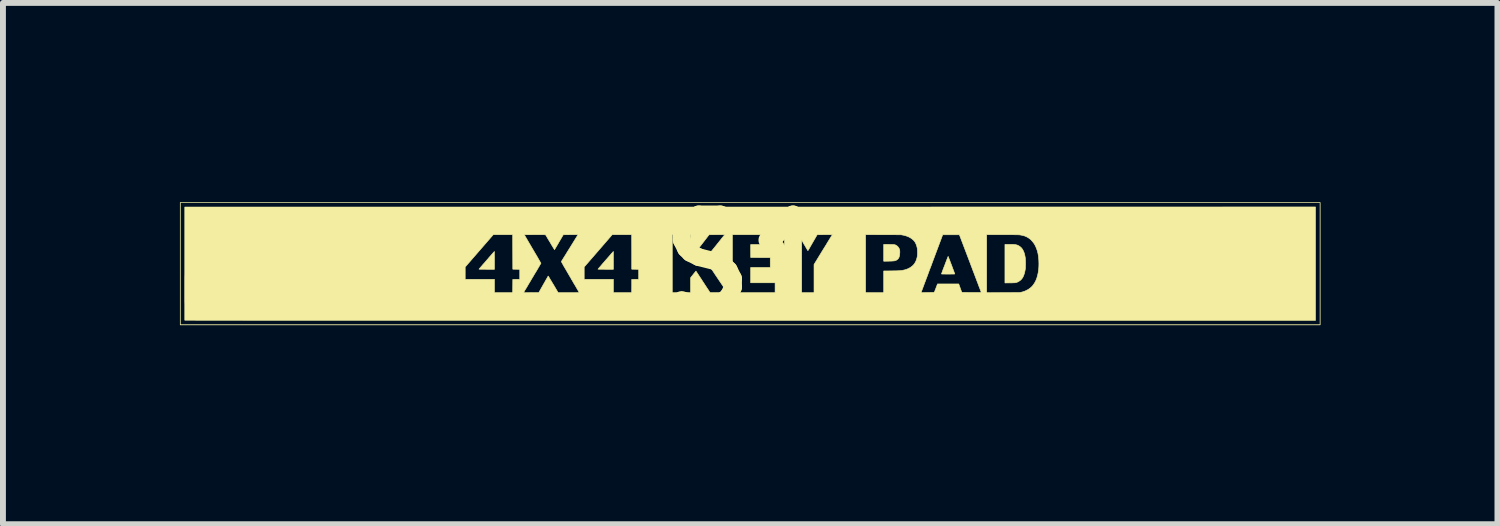
<source format=kicad_pcb>
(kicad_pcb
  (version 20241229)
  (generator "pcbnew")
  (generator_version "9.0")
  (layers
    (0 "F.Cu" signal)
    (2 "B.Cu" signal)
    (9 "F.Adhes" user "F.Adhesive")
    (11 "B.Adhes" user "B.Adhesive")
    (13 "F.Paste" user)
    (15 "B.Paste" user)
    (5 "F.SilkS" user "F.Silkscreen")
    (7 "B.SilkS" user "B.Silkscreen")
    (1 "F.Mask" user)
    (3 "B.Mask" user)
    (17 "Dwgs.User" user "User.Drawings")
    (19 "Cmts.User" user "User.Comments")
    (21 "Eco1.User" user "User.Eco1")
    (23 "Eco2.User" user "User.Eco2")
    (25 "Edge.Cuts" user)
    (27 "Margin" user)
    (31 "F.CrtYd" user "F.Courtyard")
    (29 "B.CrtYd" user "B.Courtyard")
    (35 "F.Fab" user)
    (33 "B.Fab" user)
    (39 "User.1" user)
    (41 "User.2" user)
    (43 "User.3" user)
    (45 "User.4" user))
  (footprint "S1"
    (layer "F.Cu")
    (at 9.666 1.418)
    (property "Reference" "S1" (at 0 0 0) (layer "F.SilkS") (effects (font (size 1.524 1.524) (thickness 0.3))))
    (attr through_hole)
    (fp_poly (pts (xy 9.661 1.039) (xy -9.661 1.039) (xy -9.661 -1.034) (xy -9.659 -1.034) (xy -9.659 1.036) (xy 9.659 1.036) (xy 9.659 -1.034) (xy -9.659 -1.034) (xy -9.661 -1.034) (xy -9.661 -1.036) (xy 9.661 -1.036) (xy 9.661 1.039)) (stroke (width 0.01) (type solid)) (fill yes) (layer "F.SilkS"))
    (fp_poly (pts (xy -4.336 -0.203) (xy -4.336 -0.196) (xy -4.336 -0.185) (xy -4.336 -0.17) (xy -4.336 -0.151) (xy -4.335 -0.13) (xy -4.335 -0.106) (xy -4.335 -0.081) (xy -4.335 -0.055) (xy -4.335 0.097) (xy -4.466 0.097) (xy -4.494 0.096) (xy -4.52 0.096) (xy -4.542 0.096) (xy -4.561 0.096) (xy -4.576 0.096) (xy -4.587 0.095) (xy -4.594 0.095) (xy -4.597 0.094) (xy -4.595 0.092) (xy -4.59 0.086) (xy -4.583 0.077) (xy -4.573 0.066) (xy -4.561 0.052) (xy -4.547 0.036) (xy -4.532 0.018) (xy -4.515 -0.001) (xy -4.498 -0.02) (xy -4.48 -0.041) (xy -4.462 -0.062) (xy -4.444 -0.082) (xy -4.427 -0.103) (xy -4.41 -0.122) (xy -4.394 -0.14) (xy -4.379 -0.157) (xy -4.367 -0.172) (xy -4.355 -0.184) (xy -4.347 -0.194) (xy -4.34 -0.201) (xy -4.337 -0.205) (xy -4.336 -0.206) (xy -4.336 -0.203)) (stroke (width 0.01) (type solid)) (fill yes) (layer "F.SilkS"))
    (fp_poly (pts (xy -2.32 -0.203) (xy -2.319 -0.196) (xy -2.319 -0.185) (xy -2.319 -0.17) (xy -2.319 -0.151) (xy -2.319 -0.13) (xy -2.319 -0.106) (xy -2.319 -0.081) (xy -2.319 -0.055) (xy -2.319 0.097) (xy -2.45 0.097) (xy -2.478 0.096) (xy -2.504 0.096) (xy -2.526 0.096) (xy -2.545 0.096) (xy -2.56 0.096) (xy -2.571 0.095) (xy -2.578 0.095) (xy -2.58 0.094) (xy -2.578 0.092) (xy -2.573 0.086) (xy -2.566 0.077) (xy -2.556 0.066) (xy -2.544 0.052) (xy -2.53 0.036) (xy -2.515 0.018) (xy -2.499 -0.001) (xy -2.482 -0.02) (xy -2.464 -0.041) (xy -2.446 -0.062) (xy -2.428 -0.082) (xy -2.41 -0.103) (xy -2.393 -0.122) (xy -2.377 -0.14) (xy -2.363 -0.157) (xy -2.35 -0.172) (xy -2.339 -0.184) (xy -2.33 -0.194) (xy -2.324 -0.201) (xy -2.32 -0.205) (xy -2.32 -0.206) (xy -2.32 -0.203)) (stroke (width 0.01) (type solid)) (fill yes) (layer "F.SilkS"))
    (fp_poly (pts (xy 2.351 -0.325) (xy 2.375 -0.324) (xy 2.394 -0.324) (xy 2.409 -0.324) (xy 2.421 -0.323) (xy 2.431 -0.323) (xy 2.438 -0.322) (xy 2.444 -0.321) (xy 2.449 -0.32) (xy 2.454 -0.319) (xy 2.457 -0.318) (xy 2.478 -0.308) (xy 2.496 -0.294) (xy 2.512 -0.277) (xy 2.524 -0.257) (xy 2.53 -0.243) (xy 2.532 -0.235) (xy 2.534 -0.227) (xy 2.535 -0.219) (xy 2.536 -0.209) (xy 2.536 -0.195) (xy 2.536 -0.188) (xy 2.534 -0.158) (xy 2.53 -0.132) (xy 2.524 -0.11) (xy 2.515 -0.091) (xy 2.502 -0.076) (xy 2.487 -0.063) (xy 2.473 -0.056) (xy 2.465 -0.053) (xy 2.458 -0.05) (xy 2.45 -0.048) (xy 2.441 -0.046) (xy 2.43 -0.045) (xy 2.417 -0.044) (xy 2.401 -0.043) (xy 2.382 -0.042) (xy 2.358 -0.042) (xy 2.346 -0.041) (xy 2.263 -0.04) (xy 2.263 -0.325) (xy 2.351 -0.325)) (stroke (width 0.01) (type solid)) (fill yes) (layer "F.SilkS"))
    (fp_poly (pts (xy 4.424 -0.325) (xy 4.444 -0.325) (xy 4.46 -0.325) (xy 4.473 -0.324) (xy 4.484 -0.323) (xy 4.492 -0.322) (xy 4.499 -0.321) (xy 4.5 -0.321) (xy 4.529 -0.313) (xy 4.554 -0.301) (xy 4.577 -0.285) (xy 4.598 -0.266) (xy 4.616 -0.242) (xy 4.631 -0.214) (xy 4.644 -0.182) (xy 4.654 -0.145) (xy 4.662 -0.104) (xy 4.662 -0.102) (xy 4.664 -0.088) (xy 4.665 -0.071) (xy 4.666 -0.051) (xy 4.667 -0.028) (xy 4.667 -0.005) (xy 4.667 0.018) (xy 4.666 0.04) (xy 4.666 0.061) (xy 4.665 0.078) (xy 4.664 0.09) (xy 4.656 0.132) (xy 4.647 0.169) (xy 4.636 0.201) (xy 4.623 0.23) (xy 4.607 0.254) (xy 4.589 0.275) (xy 4.568 0.292) (xy 4.545 0.306) (xy 4.542 0.308) (xy 4.532 0.312) (xy 4.524 0.316) (xy 4.516 0.319) (xy 4.507 0.321) (xy 4.498 0.323) (xy 4.488 0.325) (xy 4.475 0.325) (xy 4.459 0.326) (xy 4.441 0.327) (xy 4.417 0.327) (xy 4.405 0.327) (xy 4.318 0.328) (xy 4.318 -0.325) (xy 4.399 -0.325) (xy 4.424 -0.325)) (stroke (width 0.01) (type solid)) (fill yes) (layer "F.SilkS"))
    (fp_poly (pts (xy 3.356 -0.12) (xy 3.359 -0.113) (xy 3.363 -0.103) (xy 3.368 -0.089) (xy 3.375 -0.073) (xy 3.382 -0.054) (xy 3.39 -0.033) (xy 3.398 -0.011) (xy 3.407 0.011) (xy 3.416 0.034) (xy 3.424 0.057) (xy 3.432 0.079) (xy 3.44 0.1) (xy 3.448 0.12) (xy 3.454 0.137) (xy 3.459 0.152) (xy 3.464 0.164) (xy 3.466 0.172) (xy 3.467 0.176) (xy 3.468 0.176) (xy 3.465 0.176) (xy 3.458 0.177) (xy 3.446 0.177) (xy 3.432 0.177) (xy 3.414 0.177) (xy 3.393 0.178) (xy 3.371 0.178) (xy 3.355 0.178) (xy 3.332 0.178) (xy 3.31 0.178) (xy 3.29 0.177) (xy 3.274 0.177) (xy 3.26 0.177) (xy 3.25 0.177) (xy 3.244 0.176) (xy 3.243 0.176) (xy 3.243 0.173) (xy 3.246 0.166) (xy 3.249 0.156) (xy 3.254 0.142) (xy 3.26 0.125) (xy 3.267 0.106) (xy 3.275 0.086) (xy 3.283 0.064) (xy 3.292 0.041) (xy 3.301 0.018) (xy 3.309 -0.005) (xy 3.318 -0.027) (xy 3.326 -0.048) (xy 3.333 -0.067) (xy 3.34 -0.084) (xy 3.346 -0.099) (xy 3.35 -0.11) (xy 3.353 -0.118) (xy 3.355 -0.122) (xy 3.355 -0.122) (xy 3.356 -0.12)) (stroke (width 0.01) (type solid)) (fill yes) (layer "F.SilkS"))
    (fp_poly (pts (xy 9.582 0.963) (xy -0.000079 0.963) (xy -0.277 0.963) (xy -0.548 0.963) (xy -0.815 0.963) (xy -1.076 0.963) (xy -1.333 0.963) (xy -1.585 0.963) (xy -1.832 0.963) (xy -2.074 0.963) (xy -2.311 0.963) (xy -2.544 0.963) (xy -2.772 0.963) (xy -2.995 0.963) (xy -3.214 0.963) (xy -3.429 0.963) (xy -3.638 0.962) (xy -3.844 0.962) (xy -4.044 0.962) (xy -4.241 0.962) (xy -4.433 0.962) (xy -4.621 0.962) (xy -4.805 0.962) (xy -4.984 0.962) (xy -5.159 0.962) (xy -5.33 0.962) (xy -5.497 0.962) (xy -5.66 0.962) (xy -5.819 0.962) (xy -5.974 0.962) (xy -6.125 0.962) (xy -6.272 0.962) (xy -6.415 0.962) (xy -6.555 0.962) (xy -6.691 0.962) (xy -6.823 0.962) (xy -6.951 0.962) (xy -7.076 0.962) (xy -7.197 0.962) (xy -7.314 0.962) (xy -7.428 0.962) (xy -7.539 0.962) (xy -7.646 0.962) (xy -7.749 0.962) (xy -7.85 0.962) (xy -7.947 0.962) (xy -8.041 0.962) (xy -8.131 0.962) (xy -8.218 0.962) (xy -8.302 0.962) (xy -8.384 0.962) (xy -8.462 0.962) (xy -8.537 0.962) (xy -8.608 0.961) (xy -8.678 0.961) (xy -8.744 0.961) (xy -8.807 0.961) (xy -8.867 0.961) (xy -8.925 0.961) (xy -8.98 0.961) (xy -9.032 0.961) (xy -9.082 0.961) (xy -9.129 0.961) (xy -9.173 0.961) (xy -9.215 0.961) (xy -9.254 0.961) (xy -9.291 0.961) (xy -9.326 0.961) (xy -9.358 0.961) (xy -9.388 0.961) (xy -9.415 0.96) (xy -9.441 0.96) (xy -9.464 0.96) (xy -9.485 0.96) (xy -9.503 0.96) (xy -9.52 0.96) (xy -9.535 0.96) (xy -9.547 0.96) (xy -9.558 0.96) (xy -9.567 0.96) (xy -9.574 0.96) (xy -9.579 0.96) (xy -9.582 0.96) (xy -9.584 0.959) (xy -9.584 0.959) (xy -9.584 0.957) (xy -9.584 0.949) (xy -9.584 0.937) (xy -9.584 0.92) (xy -9.584 0.898) (xy -9.584 0.873) (xy -9.584 0.843) (xy -9.584 0.81) (xy -9.584 0.773) (xy -9.584 0.732) (xy -9.584 0.689) (xy -9.585 0.642) (xy -9.585 0.592) (xy -9.585 0.539) (xy -9.585 0.493) (xy 2.895 0.493) (xy 3.007 0.492) (xy 3.119 0.491) (xy 3.138 0.442) (xy 3.145 0.425) (xy 3.151 0.408) (xy 3.157 0.393) (xy 3.162 0.379) (xy 3.166 0.369) (xy 3.166 0.369) (xy 3.175 0.345) (xy 3.535 0.345) (xy 3.539 0.356) (xy 3.541 0.362) (xy 3.544 0.371) (xy 3.549 0.383) (xy 3.554 0.398) (xy 3.56 0.415) (xy 3.565 0.429) (xy 3.588 0.491) (xy 3.753 0.492) (xy 3.786 0.492) (xy 3.815 0.492) (xy 3.839 0.492) (xy 3.859 0.492) (xy 3.875 0.492) (xy 3.888 0.492) (xy 3.898 0.492) (xy 3.906 0.492) (xy 3.911 0.491) (xy 3.914 0.491) (xy 3.916 0.49) (xy 3.917 0.489) (xy 3.917 0.489) (xy 3.917 0.488) (xy 3.916 0.486) (xy 3.913 0.478) (xy 3.909 0.467) (xy 3.903 0.451) (xy 3.895 0.431) (xy 3.887 0.408) (xy 3.876 0.382) (xy 3.865 0.352) (xy 3.853 0.319) (xy 3.839 0.284) (xy 3.825 0.246) (xy 3.81 0.206) (xy 3.794 0.164) (xy 3.777 0.12) (xy 3.76 0.074) (xy 3.742 0.027) (xy 3.731 -0.003) (xy 3.546 -0.489) (xy 3.263 -0.489) (xy 3.084 -0.011) (xy 3.067 0.036) (xy 3.049 0.082) (xy 3.032 0.127) (xy 3.016 0.171) (xy 3.001 0.212) (xy 2.986 0.251) (xy 2.972 0.289) (xy 2.959 0.323) (xy 2.947 0.355) (xy 2.937 0.383) (xy 2.927 0.409) (xy 2.919 0.431) (xy 2.912 0.449) (xy 2.907 0.463) (xy 2.903 0.473) (xy 2.901 0.478) (xy 2.901 0.479) (xy 2.895 0.493) (xy -9.585 0.493) (xy -9.585 0.493) (xy -3.842 0.493) (xy -3.583 0.491) (xy -3.504 0.351) (xy -3.49 0.327) (xy -3.477 0.304) (xy -3.465 0.282) (xy -3.454 0.263) (xy -3.444 0.246) (xy -3.436 0.232) (xy -3.43 0.221) (xy -3.426 0.214) (xy -3.424 0.211) (xy -3.424 0.211) (xy -3.422 0.213) (xy -3.418 0.219) (xy -3.412 0.229) (xy -3.404 0.242) (xy -3.395 0.258) (xy -3.384 0.277) (xy -3.371 0.297) (xy -3.358 0.32) (xy -3.343 0.344) (xy -3.338 0.352) (xy -3.255 0.493) (xy -3.076 0.493) (xy -3.04 0.493) (xy -3.009 0.493) (xy -2.983 0.493) (xy -2.961 0.492) (xy -2.943 0.492) (xy -2.928 0.492) (xy -2.917 0.492) (xy -2.908 0.491) (xy -2.903 0.491) (xy -2.9 0.49) (xy -2.899 0.49) (xy -2.899 0.49) (xy -2.9 0.487) (xy -2.904 0.48) (xy -2.91 0.47) (xy -2.918 0.456) (xy -2.928 0.438) (xy -2.94 0.418) (xy -2.953 0.395) (xy -2.968 0.369) (xy -2.985 0.342) (xy -3.002 0.312) (xy -3.02 0.281) (xy -3.039 0.248) (xy -3.051 0.228) (xy -3.075 0.187) (xy -3.097 0.149) (xy -3.116 0.116) (xy -3.133 0.087) (xy -3.148 0.062) (xy -3.15 0.058) (xy -2.814 0.058) (xy -2.814 0.267) (xy -2.319 0.267) (xy -2.319 0.493) (xy -2.009 0.493) (xy -2.008 0.38) (xy -2.008 0.268) (xy -1.949 0.267) (xy -1.89 0.267) (xy -1.89 0.097) (xy -2.008 0.095) (xy -2.008 -0.197) (xy -2.009 -0.49) (xy -1.321 -0.49) (xy -1.321 0.493) (xy -1.011 0.493) (xy -1.011 0.241) (xy -0.966 0.184) (xy -0.954 0.169) (xy -0.944 0.156) (xy -0.934 0.145) (xy -0.927 0.136) (xy -0.922 0.13) (xy -0.92 0.127) (xy -0.919 0.127) (xy -0.918 0.129) (xy -0.914 0.135) (xy -0.907 0.145) (xy -0.899 0.158) (xy -0.888 0.174) (xy -0.876 0.193) (xy -0.862 0.214) (xy -0.847 0.237) (xy -0.83 0.262) (xy -0.813 0.289) (xy -0.8 0.309) (xy -0.782 0.336) (xy -0.765 0.363) (xy -0.749 0.387) (xy -0.734 0.41) (xy -0.72 0.431) (xy -0.708 0.449) (xy -0.698 0.464) (xy -0.69 0.477) (xy -0.684 0.485) (xy -0.68 0.491) (xy -0.679 0.492) (xy -0.676 0.492) (xy -0.669 0.492) (xy -0.657 0.492) (xy -0.642 0.492) (xy -0.623 0.492) (xy -0.602 0.492) (xy -0.578 0.492) (xy -0.552 0.492) (xy -0.532 0.492) (xy -0.387 0.491) (xy -0.577 0.21) (xy -0.604 0.17) (xy -0.628 0.133) (xy -0.65 0.101) (xy -0.669 0.072) (xy -0.686 0.047) (xy -0.701 0.024) (xy -0.714 0.005) (xy -0.725 -0.012) (xy -0.735 -0.026) (xy -0.742 -0.038) (xy -0.748 -0.048) (xy -0.753 -0.055) (xy -0.757 -0.062) (xy -0.76 -0.067) (xy -0.762 -0.07) (xy -0.763 -0.073) (xy -0.763 -0.075) (xy -0.763 -0.076) (xy -0.763 -0.077) (xy -0.762 -0.077) (xy -0.76 -0.08) (xy -0.755 -0.086) (xy -0.747 -0.096) (xy -0.737 -0.109) (xy -0.724 -0.125) (xy -0.709 -0.143) (xy -0.693 -0.164) (xy -0.675 -0.187) (xy -0.655 -0.212) (xy -0.634 -0.238) (xy -0.612 -0.265) (xy -0.595 -0.286) (xy -0.432 -0.49) (xy -0.302 -0.49) (xy -0.302 0.493) (xy 0.422 0.493) (xy 0.422 0.325) (xy 0.008 0.325) (xy 0.008 0.066) (xy 0.34 0.066) (xy 0.34 -0.102) (xy 0.175 -0.102) (xy 0.009 -0.103) (xy 0.008 -0.213) (xy 0.008 -0.323) (xy 0.417 -0.323) (xy 0.417 -0.487) (xy 0.476 -0.487) (xy 0.477 -0.484) (xy 0.481 -0.478) (xy 0.487 -0.467) (xy 0.495 -0.453) (xy 0.506 -0.436) (xy 0.518 -0.416) (xy 0.531 -0.393) (xy 0.546 -0.368) (xy 0.563 -0.34) (xy 0.58 -0.311) (xy 0.599 -0.28) (xy 0.618 -0.248) (xy 0.626 -0.235) (xy 0.775 0.013) (xy 0.775 0.493) (xy 1.082 0.493) (xy 1.956 0.493) (xy 2.263 0.493) (xy 2.263 0.125) (xy 2.392 0.124) (xy 2.429 0.123) (xy 2.461 0.123) (xy 2.489 0.122) (xy 2.513 0.121) (xy 2.535 0.119) (xy 2.554 0.118) (xy 2.571 0.116) (xy 2.587 0.113) (xy 2.602 0.11) (xy 2.616 0.107) (xy 2.63 0.103) (xy 2.645 0.098) (xy 2.646 0.098) (xy 2.682 0.084) (xy 2.714 0.066) (xy 2.742 0.046) (xy 2.767 0.023) (xy 2.788 -0.004) (xy 2.805 -0.034) (xy 2.819 -0.068) (xy 2.829 -0.106) (xy 2.831 -0.116) (xy 2.833 -0.13) (xy 2.835 -0.149) (xy 2.835 -0.169) (xy 2.836 -0.192) (xy 2.835 -0.214) (xy 2.834 -0.234) (xy 2.833 -0.253) (xy 2.831 -0.264) (xy 2.822 -0.301) (xy 2.81 -0.333) (xy 2.795 -0.363) (xy 2.776 -0.388) (xy 2.768 -0.396) (xy 2.742 -0.419) (xy 2.712 -0.439) (xy 2.679 -0.456) (xy 2.641 -0.47) (xy 2.6 -0.481) (xy 2.588 -0.483) (xy 2.556 -0.489) (xy 2.029 -0.49) (xy 4.008 -0.49) (xy 4.008 0.493) (xy 4.286 0.492) (xy 4.331 0.492) (xy 4.37 0.492) (xy 4.405 0.492) (xy 4.436 0.491) (xy 4.463 0.491) (xy 4.486 0.491) (xy 4.506 0.491) (xy 4.523 0.491) (xy 4.538 0.49) (xy 4.549 0.49) (xy 4.559 0.49) (xy 4.567 0.489) (xy 4.573 0.489) (xy 4.579 0.488) (xy 4.583 0.487) (xy 4.586 0.487) (xy 4.619 0.479) (xy 4.649 0.469) (xy 4.677 0.457) (xy 4.679 0.456) (xy 4.706 0.442) (xy 4.728 0.428) (xy 4.748 0.413) (xy 4.767 0.396) (xy 4.771 0.393) (xy 4.797 0.363) (xy 4.82 0.329) (xy 4.84 0.292) (xy 4.857 0.25) (xy 4.87 0.205) (xy 4.881 0.157) (xy 4.889 0.104) (xy 4.893 0.049) (xy 4.894 0.000139) (xy 4.892 -0.059) (xy 4.887 -0.115) (xy 4.879 -0.167) (xy 4.867 -0.216) (xy 4.851 -0.261) (xy 4.833 -0.303) (xy 4.811 -0.341) (xy 4.807 -0.346) (xy 4.782 -0.378) (xy 4.755 -0.407) (xy 4.724 -0.431) (xy 4.691 -0.451) (xy 4.655 -0.467) (xy 4.616 -0.478) (xy 4.574 -0.486) (xy 4.563 -0.487) (xy 4.556 -0.488) (xy 4.544 -0.488) (xy 4.527 -0.489) (xy 4.505 -0.489) (xy 4.479 -0.489) (xy 4.448 -0.49) (xy 4.412 -0.49) (xy 4.372 -0.49) (xy 4.329 -0.49) (xy 4.28 -0.49) (xy 4.008 -0.49) (xy 2.029 -0.49) (xy 1.956 -0.49) (xy 1.956 0.493) (xy 1.082 0.493) (xy 1.082 0.015) (xy 1.233 -0.232) (xy 1.253 -0.264) (xy 1.273 -0.296) (xy 1.291 -0.325) (xy 1.308 -0.354) (xy 1.324 -0.38) (xy 1.339 -0.404) (xy 1.352 -0.425) (xy 1.363 -0.444) (xy 1.373 -0.459) (xy 1.38 -0.471) (xy 1.386 -0.479) (xy 1.388 -0.484) (xy 1.389 -0.484) (xy 1.392 -0.49) (xy 1.264 -0.49) (xy 1.135 -0.489) (xy 1.057 -0.354) (xy 1.043 -0.33) (xy 1.03 -0.307) (xy 1.018 -0.286) (xy 1.007 -0.267) (xy 0.998 -0.251) (xy 0.99 -0.238) (xy 0.984 -0.228) (xy 0.98 -0.221) (xy 0.978 -0.219) (xy 0.978 -0.219) (xy 0.976 -0.221) (xy 0.973 -0.227) (xy 0.967 -0.237) (xy 0.959 -0.25) (xy 0.949 -0.266) (xy 0.939 -0.284) (xy 0.927 -0.305) (xy 0.913 -0.327) (xy 0.9 -0.351) (xy 0.898 -0.354) (xy 0.819 -0.49) (xy 0.647 -0.49) (xy 0.612 -0.49) (xy 0.582 -0.49) (xy 0.556 -0.49) (xy 0.534 -0.49) (xy 0.517 -0.49) (xy 0.503 -0.489) (xy 0.492 -0.489) (xy 0.484 -0.489) (xy 0.479 -0.488) (xy 0.476 -0.488) (xy 0.476 -0.487) (xy 0.417 -0.487) (xy 0.417 -0.49) (xy -0.302 -0.49) (xy -0.432 -0.49) (xy -0.432 -0.49) (xy -0.564 -0.49) (xy -0.697 -0.489) (xy -1.01 -0.083) (xy -1.011 -0.49) (xy -1.321 -0.49) (xy -2.009 -0.49) (xy -2.339 -0.49) (xy -2.576 -0.216) (xy -2.814 0.058) (xy -3.15 0.058) (xy -3.161 0.04) (xy -3.171 0.021) (xy -3.18 0.005) (xy -3.187 -0.008) (xy -3.193 -0.018) (xy -3.197 -0.026) (xy -3.199 -0.031) (xy -3.2 -0.034) (xy -3.2 -0.035) (xy -3.199 -0.038) (xy -3.195 -0.045) (xy -3.188 -0.055) (xy -3.18 -0.069) (xy -3.169 -0.086) (xy -3.157 -0.106) (xy -3.143 -0.128) (xy -3.127 -0.153) (xy -3.111 -0.18) (xy -3.093 -0.209) (xy -3.075 -0.238) (xy -3.058 -0.265) (xy -2.919 -0.49) (xy -3.043 -0.49) (xy -3.168 -0.489) (xy -3.242 -0.363) (xy -3.255 -0.34) (xy -3.268 -0.318) (xy -3.28 -0.298) (xy -3.29 -0.28) (xy -3.3 -0.265) (xy -3.307 -0.252) (xy -3.313 -0.243) (xy -3.316 -0.238) (xy -3.317 -0.236) (xy -3.318 -0.238) (xy -3.322 -0.244) (xy -3.328 -0.254) (xy -3.336 -0.267) (xy -3.346 -0.283) (xy -3.357 -0.301) (xy -3.369 -0.321) (xy -3.382 -0.343) (xy -3.391 -0.359) (xy -3.405 -0.382) (xy -3.418 -0.403) (xy -3.43 -0.423) (xy -3.44 -0.441) (xy -3.45 -0.457) (xy -3.457 -0.469) (xy -3.463 -0.479) (xy -3.466 -0.484) (xy -3.467 -0.486) (xy -3.468 -0.487) (xy -3.47 -0.487) (xy -3.473 -0.488) (xy -3.477 -0.489) (xy -3.483 -0.489) (xy -3.491 -0.489) (xy -3.502 -0.49) (xy -3.515 -0.49) (xy -3.532 -0.49) (xy -3.552 -0.49) (xy -3.576 -0.49) (xy -3.604 -0.49) (xy -3.637 -0.49) (xy -3.65 -0.49) (xy -3.829 -0.489) (xy -3.688 -0.248) (xy -3.669 -0.216) (xy -3.651 -0.185) (xy -3.633 -0.155) (xy -3.617 -0.128) (xy -3.602 -0.102) (xy -3.589 -0.079) (xy -3.577 -0.058) (xy -3.567 -0.041) (xy -3.559 -0.026) (xy -3.552 -0.016) (xy -3.548 -0.008) (xy -3.547 -0.005) (xy -3.547 -0.005) (xy -3.548 -0.003) (xy -3.552 0.003) (xy -3.558 0.013) (xy -3.566 0.027) (xy -3.575 0.043) (xy -3.587 0.062) (xy -3.599 0.084) (xy -3.613 0.108) (xy -3.628 0.133) (xy -3.644 0.159) (xy -3.661 0.187) (xy -3.678 0.216) (xy -3.695 0.244) (xy -3.712 0.273) (xy -3.729 0.302) (xy -3.746 0.33) (xy -3.762 0.357) (xy -3.777 0.383) (xy -3.791 0.407) (xy -3.805 0.429) (xy -3.817 0.449) (xy -3.824 0.462) (xy -3.842 0.493) (xy -9.585 0.493) (xy -9.585 0.483) (xy -9.585 0.426) (xy -9.585 0.365) (xy -9.585 0.303) (xy -9.585 0.239) (xy -9.584 0.173) (xy -9.584 0.106) (xy -9.584 0.058) (xy -4.831 0.058) (xy -4.831 0.267) (xy -4.335 0.267) (xy -4.335 0.493) (xy -4.026 0.493) (xy -4.025 0.38) (xy -4.024 0.268) (xy -3.965 0.267) (xy -3.906 0.267) (xy -3.906 0.097) (xy -4.024 0.095) (xy -4.025 -0.197) (xy -4.026 -0.49) (xy -4.355 -0.49) (xy -4.831 0.058) (xy -9.584 0.058) (xy -9.584 0.037) (xy -9.584 -0.001) (xy -9.584 -0.959) (xy -0.001 -0.959) (xy 9.582 -0.96) (xy 9.582 0.963)) (stroke (width 0.01) (type solid)) (fill yes) (layer "F.SilkS")))
  (gr_rect
    (start -3 -3)
    (end 22.332 5.836)
    (stroke (width 0.1) (type default))
    (fill no)
    (layer "Edge.Cuts")))
</source>
